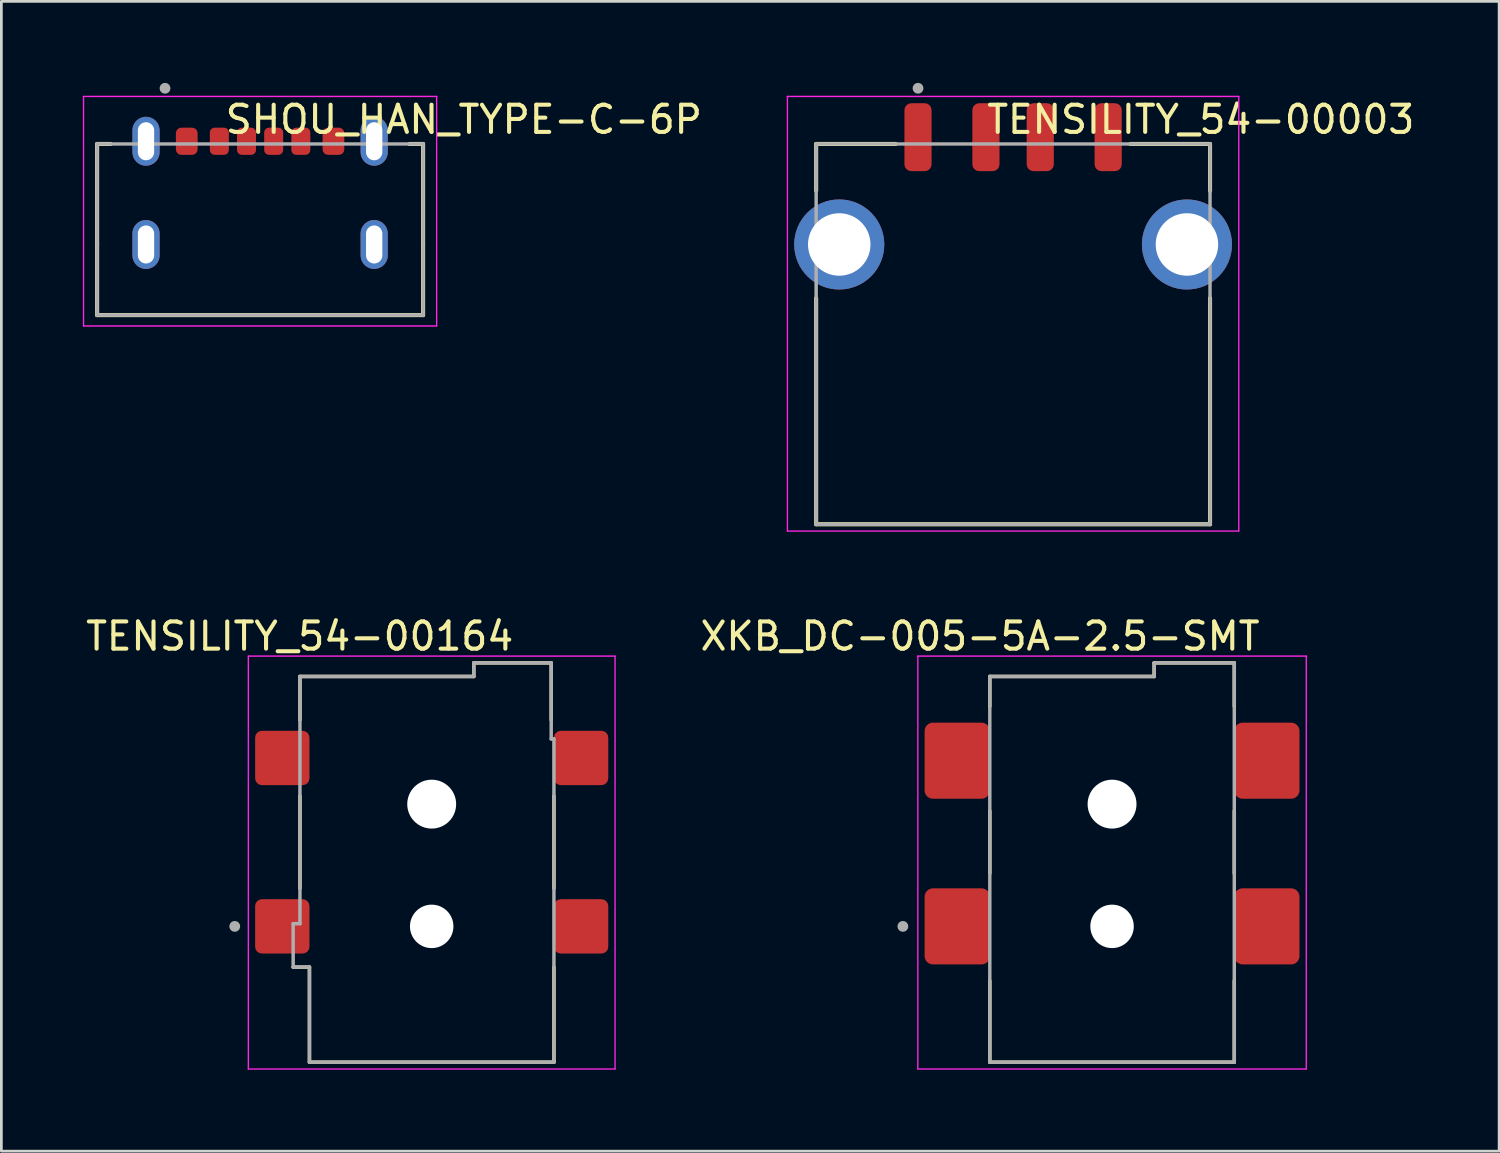
<source format=kicad_pcb>
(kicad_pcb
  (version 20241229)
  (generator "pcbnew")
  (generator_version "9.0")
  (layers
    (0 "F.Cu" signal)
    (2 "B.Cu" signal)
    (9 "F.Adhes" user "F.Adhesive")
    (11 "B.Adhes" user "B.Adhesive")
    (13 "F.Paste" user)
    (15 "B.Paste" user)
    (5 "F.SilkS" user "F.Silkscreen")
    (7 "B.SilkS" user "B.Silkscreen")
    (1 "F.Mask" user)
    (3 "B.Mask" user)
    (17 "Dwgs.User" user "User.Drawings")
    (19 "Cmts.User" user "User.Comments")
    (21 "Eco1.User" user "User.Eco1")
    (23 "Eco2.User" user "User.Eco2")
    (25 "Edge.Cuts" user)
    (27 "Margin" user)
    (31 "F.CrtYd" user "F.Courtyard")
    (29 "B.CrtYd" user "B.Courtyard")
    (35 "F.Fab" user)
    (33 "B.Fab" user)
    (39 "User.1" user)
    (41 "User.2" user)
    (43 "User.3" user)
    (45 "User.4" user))
  (footprint "XKB_DC-005-5A-2.5-SMT"
    (layer "F.Cu")
    (at 37.888 28.803)
    (property "Reference" "XKB_DC-005-5A-2.5-SMT" (at -4.86 -8.43 0) (layer "F.SilkS") (effects (font (size 1 1) (thickness 0.15))))
    (attr smd)
    (fp_line (start -4.5 -6.95) (end 1.55 -6.95) (stroke (width 0.127) (type solid)) (layer "F.SilkS"))
    (fp_line (start -4.5 -5.85) (end -4.5 -6.95) (stroke (width 0.127) (type solid)) (layer "F.SilkS"))
    (fp_line (start -4.5 -2) (end -4.5 0.3) (stroke (width 0.127) (type solid)) (layer "F.SilkS"))
    (fp_line (start -4.5 7.25) (end -4.5 4.25) (stroke (width 0.127) (type solid)) (layer "F.SilkS"))
    (fp_line (start -4.5 7.25) (end 4.5 7.25) (stroke (width 0.127) (type solid)) (layer "F.SilkS"))
    (fp_line (start 1.55 -7.45) (end 1.55 -6.95) (stroke (width 0.127) (type solid)) (layer "F.SilkS"))
    (fp_line (start 1.55 -7.45) (end 4.5 -7.45) (stroke (width 0.127) (type solid)) (layer "F.SilkS"))
    (fp_line (start 4.5 -5.85) (end 4.5 -7.45) (stroke (width 0.127) (type solid)) (layer "F.SilkS"))
    (fp_line (start 4.5 -2) (end 4.5 0.3) (stroke (width 0.127) (type solid)) (layer "F.SilkS"))
    (fp_line (start 4.5 7.25) (end 4.5 4.25) (stroke (width 0.127) (type solid)) (layer "F.SilkS"))
    (fp_line (start -7.15 -7.7) (end -7.15 7.5) (stroke (width 0.05) (type solid)) (layer "F.CrtYd"))
    (fp_line (start -7.15 7.5) (end 7.15 7.5) (stroke (width 0.05) (type solid)) (layer "F.CrtYd"))
    (fp_line (start 7.15 -7.7) (end -7.15 -7.7) (stroke (width 0.05) (type solid)) (layer "F.CrtYd"))
    (fp_line (start 7.15 7.5) (end 7.15 -7.7) (stroke (width 0.05) (type solid)) (layer "F.CrtYd"))
    (fp_line (start -4.5 -6.95) (end 1.55 -6.95) (stroke (width 0.127) (type solid)) (layer "F.Fab"))
    (fp_line (start -4.5 7.25) (end -4.5 -6.95) (stroke (width 0.127) (type solid)) (layer "F.Fab"))
    (fp_line (start -4.5 7.25) (end 4.5 7.25) (stroke (width 0.127) (type solid)) (layer "F.Fab"))
    (fp_line (start 1.55 -7.45) (end 1.55 -6.95) (stroke (width 0.127) (type solid)) (layer "F.Fab"))
    (fp_line (start 1.55 -7.45) (end 4.5 -7.45) (stroke (width 0.127) (type solid)) (layer "F.Fab"))
    (fp_line (start 4.5 7.25) (end 4.5 -7.45) (stroke (width 0.127) (type solid)) (layer "F.Fab"))
    (fp_circle (center -7.7 2.25) (end -7.6 2.25) (stroke (width 0.2) (type solid)) (fill no) (layer "F.Fab"))
    (pad "" np_thru_hole circle (at 0 -2.25) (size 1.8 1.8) (drill 1.8) (layers "*.Cu" "*.Mask"))
    (pad "" np_thru_hole circle (at 0 2.25) (size 1.6 1.6) (drill 1.6) (layers "*.Cu" "*.Mask"))
    (pad "1" smd roundrect (at -5.7 -3.85) (size 2.4 2.8) (layers "F.Cu" "F.Mask" "F.Paste") (roundrect_rratio 0.125))
    (pad "1" smd roundrect (at -5.7 2.25) (size 2.4 2.8) (layers "F.Cu" "F.Mask" "F.Paste") (roundrect_rratio 0.125))
    (pad "2" smd roundrect (at 5.7 2.25) (size 2.4 2.8) (layers "F.Cu" "F.Mask" "F.Paste") (roundrect_rratio 0.125))
    (pad "3" smd roundrect (at 5.7 -3.85) (size 2.4 2.8) (layers "F.Cu" "F.Mask" "F.Paste") (roundrect_rratio 0.125)))
  (footprint "SHOU_HAN_TYPE-C-6P"
    (layer "F.Cu")
    (at 6.525 5.95)
    (property "Reference" "SHOU_HAN_TYPE-C-6P" (at 7.5 -4.6 0) (layer "F.SilkS") (effects (font (size 1 1) (thickness 0.15))))
    (attr smd)
    (fp_line (start -6 -3.7) (end -6 0) (stroke (width 0.15) (type solid)) (layer "F.SilkS"))
    (fp_line (start -6 -3.7) (end -5.5 -3.7) (stroke (width 0.15) (type solid)) (layer "F.SilkS"))
    (fp_line (start -6 2.6) (end -6 0) (stroke (width 0.15) (type solid)) (layer "F.SilkS"))
    (fp_line (start -6 2.6) (end 6 2.6) (stroke (width 0.15) (type solid)) (layer "F.SilkS"))
    (fp_line (start 6 -3.7) (end 5.5 -3.7) (stroke (width 0.15) (type solid)) (layer "F.SilkS"))
    (fp_line (start 6 -3.7) (end 6 0) (stroke (width 0.15) (type solid)) (layer "F.SilkS"))
    (fp_line (start 6 2.6) (end 6 0) (stroke (width 0.15) (type solid)) (layer "F.SilkS"))
    (fp_line (start -6.5 -5.45) (end -6.5 3) (stroke (width 0.05) (type solid)) (layer "F.CrtYd"))
    (fp_line (start -6.5 3) (end 6.5 3) (stroke (width 0.05) (type solid)) (layer "F.CrtYd"))
    (fp_line (start 6.5 -5.45) (end -6.5 -5.45) (stroke (width 0.05) (type solid)) (layer "F.CrtYd"))
    (fp_line (start 6.5 3) (end 6.5 -5.45) (stroke (width 0.05) (type solid)) (layer "F.CrtYd"))
    (fp_line (start -6 -3.7) (end -6 2.6) (stroke (width 0.127) (type solid)) (layer "F.Fab"))
    (fp_line (start -6 2.6) (end 6 2.6) (stroke (width 0.127) (type solid)) (layer "F.Fab"))
    (fp_line (start 6 -3.7) (end -6 -3.7) (stroke (width 0.127) (type solid)) (layer "F.Fab"))
    (fp_line (start 6 2.6) (end 6 -3.7) (stroke (width 0.127) (type solid)) (layer "F.Fab"))
    (fp_circle (center -3.5 -5.75) (end -3.4 -5.75) (stroke (width 0.2) (type solid)) (fill no) (layer "F.Fab"))
    (pad "A5" smd roundrect (at -0.5 -3.8) (size 0.7 1) (layers "F.Cu" "F.Mask" "F.Paste") (roundrect_rratio 0.25))
    (pad "A9" smd roundrect (at 1.5 -3.8) (size 0.7 1) (layers "F.Cu" "F.Mask" "F.Paste") (roundrect_rratio 0.25))
    (pad "A12" smd roundrect (at 2.7 -3.8) (size 0.8 1) (layers "F.Cu" "F.Mask" "F.Paste") (roundrect_rratio 0.25))
    (pad "B5" smd roundrect (at 0.5 -3.8) (size 0.7 1) (layers "F.Cu" "F.Mask" "F.Paste") (roundrect_rratio 0.25))
    (pad "B9" smd roundrect (at -1.5 -3.8) (size 0.7 1) (layers "F.Cu" "F.Mask" "F.Paste") (roundrect_rratio 0.25))
    (pad "B12" smd roundrect (at -2.7 -3.8) (size 0.8 1) (layers "F.Cu" "F.Mask" "F.Paste") (roundrect_rratio 0.25))
    (pad "SH" thru_hole oval (at -4.2 -3.8) (size 1 1.8) (drill oval 0.6 1.4) (layers "*.Cu" "*.Mask"))
    (pad "SH" thru_hole oval (at -4.2 0) (size 1 1.8) (drill oval 0.6 1.4) (layers "*.Cu" "*.Mask"))
    (pad "SH" thru_hole oval (at 4.2 -3.8) (size 1 1.8) (drill oval 0.6 1.4) (layers "*.Cu" "*.Mask"))
    (pad "SH" thru_hole oval (at 4.2 0) (size 1 1.8) (drill oval 0.6 1.4) (layers "*.Cu" "*.Mask")))
  (footprint "TENSILITY_54-00003"
    (layer "F.Cu")
    (at 34.245 5.95)
    (property "Reference" "TENSILITY_54-00003" (at 6.91 -4.6 0) (layer "F.SilkS") (effects (font (size 1 1) (thickness 0.15))))
    (attr smd)
    (fp_line (start -7.25 -3.7) (end -7.25 -1.978) (stroke (width 0.15) (type solid)) (layer "F.SilkS"))
    (fp_line (start -7.25 10.3) (end -7.25 1.978) (stroke (width 0.15) (type solid)) (layer "F.SilkS"))
    (fp_line (start -7.25 10.3) (end 7.25 10.3) (stroke (width 0.15) (type solid)) (layer "F.SilkS"))
    (fp_line (start -4.32 -3.7) (end -7.25 -3.7) (stroke (width 0.15) (type solid)) (layer "F.SilkS"))
    (fp_line (start 7.25 -3.7) (end 4.32 -3.7) (stroke (width 0.15) (type solid)) (layer "F.SilkS"))
    (fp_line (start 7.25 -1.978) (end 7.25 -3.7) (stroke (width 0.15) (type solid)) (layer "F.SilkS"))
    (fp_line (start 7.25 10.3) (end 7.25 1.978) (stroke (width 0.15) (type solid)) (layer "F.SilkS"))
    (fp_line (start -8.308 -5.45) (end -8.308 10.55) (stroke (width 0.05) (type solid)) (layer "F.CrtYd"))
    (fp_line (start -8.308 10.55) (end 8.308 10.55) (stroke (width 0.05) (type solid)) (layer "F.CrtYd"))
    (fp_line (start 8.308 -5.45) (end -8.308 -5.45) (stroke (width 0.05) (type solid)) (layer "F.CrtYd"))
    (fp_line (start 8.308 10.55) (end 8.308 -5.45) (stroke (width 0.05) (type solid)) (layer "F.CrtYd"))
    (fp_line (start -7.25 -3.7) (end -7.25 10.3) (stroke (width 0.127) (type solid)) (layer "F.Fab"))
    (fp_line (start -7.25 10.3) (end 7.25 10.3) (stroke (width 0.127) (type solid)) (layer "F.Fab"))
    (fp_line (start 7.25 -3.7) (end -7.25 -3.7) (stroke (width 0.127) (type solid)) (layer "F.Fab"))
    (fp_line (start 7.25 10.3) (end 7.25 -3.7) (stroke (width 0.127) (type solid)) (layer "F.Fab"))
    (fp_circle (center -3.5 -5.75) (end -3.4 -5.75) (stroke (width 0.2) (type solid)) (fill no) (layer "F.Fab"))
    (pad "1" smd roundrect (at -3.5 -3.95) (size 1 2.5) (layers "F.Cu" "F.Mask" "F.Paste") (roundrect_rratio 0.25))
    (pad "2" smd roundrect (at -1 -3.95) (size 1 2.5) (layers "F.Cu" "F.Mask" "F.Paste") (roundrect_rratio 0.25))
    (pad "3" smd roundrect (at 1 -3.95) (size 1 2.5) (layers "F.Cu" "F.Mask" "F.Paste") (roundrect_rratio 0.25))
    (pad "4" smd roundrect (at 3.5 -3.95) (size 1 2.5) (layers "F.Cu" "F.Mask" "F.Paste") (roundrect_rratio 0.25))
    (pad "SH1" thru_hole circle (at -6.4 0) (size 3.316 3.316) (drill 2.3) (layers "*.Cu" "*.Mask"))
    (pad "SH2" thru_hole circle (at 6.4 0) (size 3.316 3.316) (drill 2.3) (layers "*.Cu" "*.Mask")))
  (footprint "TENSILITY_54-00164"
    (layer "F.Cu")
    (at 12.842 28.803)
    (property "Reference" "TENSILITY_54-00164" (at -4.86 -8.43 0) (layer "F.SilkS") (effects (font (size 1 1) (thickness 0.15))))
    (attr smd)
    (fp_line (start -5.1 3.75) (end -4.5 3.75) (stroke (width 0.127) (type solid)) (layer "F.SilkS"))
    (fp_line (start -4.85 -6.95) (end 1.55 -6.95) (stroke (width 0.127) (type solid)) (layer "F.SilkS"))
    (fp_line (start -4.85 -5.35) (end -4.85 -6.95) (stroke (width 0.127) (type solid)) (layer "F.SilkS"))
    (fp_line (start -4.85 -2.55) (end -4.85 0.85) (stroke (width 0.127) (type solid)) (layer "F.SilkS"))
    (fp_line (start -4.5 7.25) (end -4.5 3.75) (stroke (width 0.127) (type solid)) (layer "F.SilkS"))
    (fp_line (start -4.5 7.25) (end 4.5 7.25) (stroke (width 0.127) (type solid)) (layer "F.SilkS"))
    (fp_line (start 1.55 -7.45) (end 1.55 -6.95) (stroke (width 0.127) (type solid)) (layer "F.SilkS"))
    (fp_line (start 1.55 -7.45) (end 4.4 -7.45) (stroke (width 0.127) (type solid)) (layer "F.SilkS"))
    (fp_line (start 4.4 -7.45) (end 4.4 -5.35) (stroke (width 0.127) (type solid)) (layer "F.SilkS"))
    (fp_line (start 4.5 -2.55) (end 4.5 0.85) (stroke (width 0.127) (type solid)) (layer "F.SilkS"))
    (fp_line (start 4.5 7.25) (end 4.5 3.75) (stroke (width 0.127) (type solid)) (layer "F.SilkS"))
    (fp_line (start -6.75 -7.7) (end -6.75 7.5) (stroke (width 0.05) (type solid)) (layer "F.CrtYd"))
    (fp_line (start -6.75 7.5) (end 6.75 7.5) (stroke (width 0.05) (type solid)) (layer "F.CrtYd"))
    (fp_line (start 6.75 -7.7) (end -6.75 -7.7) (stroke (width 0.05) (type solid)) (layer "F.CrtYd"))
    (fp_line (start 6.75 7.5) (end 6.75 -7.7) (stroke (width 0.05) (type solid)) (layer "F.CrtYd"))
    (fp_line (start -5.1 2.15) (end -5.1 3.75) (stroke (width 0.127) (type solid)) (layer "F.Fab"))
    (fp_line (start -5.1 2.15) (end -4.85 2.15) (stroke (width 0.127) (type solid)) (layer "F.Fab"))
    (fp_line (start -5.1 3.75) (end -4.5 3.75) (stroke (width 0.127) (type solid)) (layer "F.Fab"))
    (fp_line (start -4.85 -6.95) (end 1.55 -6.95) (stroke (width 0.127) (type solid)) (layer "F.Fab"))
    (fp_line (start -4.85 2.15) (end -4.85 -6.95) (stroke (width 0.127) (type solid)) (layer "F.Fab"))
    (fp_line (start -4.5 7.25) (end -4.5 3.75) (stroke (width 0.127) (type solid)) (layer "F.Fab"))
    (fp_line (start -4.5 7.25) (end 4.5 7.25) (stroke (width 0.127) (type solid)) (layer "F.Fab"))
    (fp_line (start 1.55 -7.45) (end 1.55 -6.95) (stroke (width 0.127) (type solid)) (layer "F.Fab"))
    (fp_line (start 1.55 -7.45) (end 4.4 -7.45) (stroke (width 0.127) (type solid)) (layer "F.Fab"))
    (fp_line (start 4.4 -7.45) (end 4.4 -4.65) (stroke (width 0.127) (type solid)) (layer "F.Fab"))
    (fp_line (start 4.4 -4.65) (end 4.5 -4.65) (stroke (width 0.127) (type solid)) (layer "F.Fab"))
    (fp_line (start 4.5 7.25) (end 4.5 -4.65) (stroke (width 0.127) (type solid)) (layer "F.Fab"))
    (fp_circle (center -7.25 2.25) (end -7.15 2.25) (stroke (width 0.2) (type solid)) (fill no) (layer "F.Fab"))
    (pad "" np_thru_hole circle (at 0 -2.25) (size 1.8 1.8) (drill 1.8) (layers "*.Cu" "*.Mask"))
    (pad "" np_thru_hole circle (at 0 2.25) (size 1.6 1.6) (drill 1.6) (layers "*.Cu" "*.Mask"))
    (pad "A1" smd roundrect (at -5.5 2.25) (size 2 2) (layers "F.Cu" "F.Mask" "F.Paste") (roundrect_rratio 0.125))
    (pad "A2" smd roundrect (at -5.5 -3.95) (size 2 2) (layers "F.Cu" "F.Mask" "F.Paste") (roundrect_rratio 0.125))
    (pad "B" smd roundrect (at 5.5 2.25) (size 2 2) (layers "F.Cu" "F.Mask" "F.Paste") (roundrect_rratio 0.125))
    (pad "C" smd roundrect (at 5.5 -3.95) (size 2 2) (layers "F.Cu" "F.Mask" "F.Paste") (roundrect_rratio 0.125)))
  (gr_rect
    (start -3 -3)
    (end 52.137 39.328)
    (stroke (width 0.1) (type default))
    (fill no)
    (layer "Edge.Cuts")))
</source>
